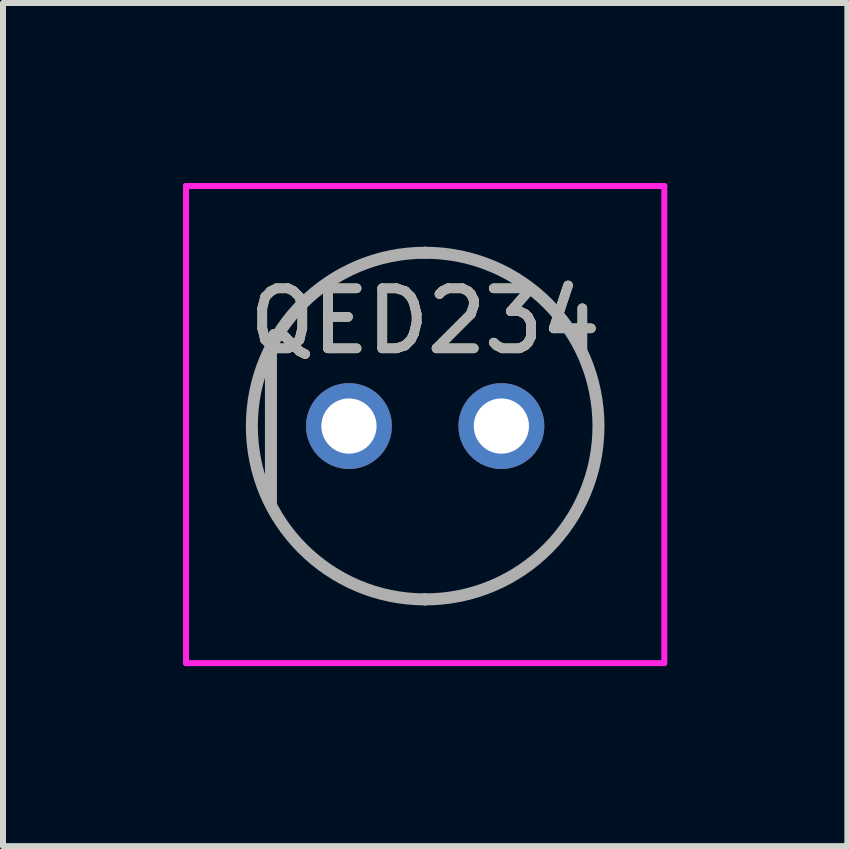
<source format=kicad_pcb>
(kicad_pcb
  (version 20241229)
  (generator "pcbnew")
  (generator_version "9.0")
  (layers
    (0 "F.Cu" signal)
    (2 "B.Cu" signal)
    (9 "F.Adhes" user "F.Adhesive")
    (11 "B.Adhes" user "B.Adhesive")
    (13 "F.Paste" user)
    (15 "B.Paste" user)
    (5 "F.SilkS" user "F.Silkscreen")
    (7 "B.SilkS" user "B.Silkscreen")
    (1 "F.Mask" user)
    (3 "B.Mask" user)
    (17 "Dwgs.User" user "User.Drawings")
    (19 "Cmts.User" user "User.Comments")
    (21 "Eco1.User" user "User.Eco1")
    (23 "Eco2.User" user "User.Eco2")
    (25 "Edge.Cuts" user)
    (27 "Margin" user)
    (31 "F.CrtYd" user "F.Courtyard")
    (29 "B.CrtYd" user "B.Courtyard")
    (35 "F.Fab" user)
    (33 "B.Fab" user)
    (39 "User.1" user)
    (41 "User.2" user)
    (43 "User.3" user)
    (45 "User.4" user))
  (footprint "QED234"
    (layer "F.Cu")
    (at 4.035 4.05)
    (property "Reference" "QED234" (at 0 -1.75 0) (layer "F.SilkS") (effects (font (size 1 1) (thickness 0.16))))
    (attr through_hole)
    (fp_line (start -2.57 -1.3) (end -2.57 1.4) (stroke (width 0.1) (type solid)) (layer "F.SilkS"))
    (fp_line (start 0 -2.888) (end 0 -2.888) (stroke (width 0.1) (type solid)) (layer "F.SilkS"))
    (fp_line (start 0 2.888) (end 0 2.888) (stroke (width 0.1) (type solid)) (layer "F.SilkS"))
    (fp_arc (start 0 -2.888) (mid 2.888 0) (end 0 2.888) (stroke (width 0.1) (type solid)) (layer "F.SilkS"))
    (fp_arc (start 0 2.888) (mid -2.888 0) (end 0 -2.888) (stroke (width 0.1) (type solid)) (layer "F.SilkS"))
    (fp_line (start -3.985 -4) (end 3.985 -4) (stroke (width 0.1) (type solid)) (layer "F.CrtYd"))
    (fp_line (start -3.985 3.95) (end -3.985 -4) (stroke (width 0.1) (type solid)) (layer "F.CrtYd"))
    (fp_line (start 3.985 -4) (end 3.985 3.95) (stroke (width 0.1) (type solid)) (layer "F.CrtYd"))
    (fp_line (start 3.985 3.95) (end -3.985 3.95) (stroke (width 0.1) (type solid)) (layer "F.CrtYd"))
    (fp_line (start -2.57 1.3) (end -2.57 -1.3) (stroke (width 0.2) (type solid)) (layer "F.Fab"))
    (fp_line (start 0 -2.888) (end 0 -2.888) (stroke (width 0.2) (type solid)) (layer "F.Fab"))
    (fp_line (start 0 2.888) (end 0 2.888) (stroke (width 0.2) (type solid)) (layer "F.Fab"))
    (fp_arc (start 0 -2.888) (mid 2.888 0) (end 0 2.888) (stroke (width 0.2) (type solid)) (layer "F.Fab"))
    (fp_arc (start 0 2.888) (mid -2.888 0) (end 0 -2.888) (stroke (width 0.2) (type solid)) (layer "F.Fab"))
    (fp_text user "${REFERENCE}" (at 0 -1.75 0) (layer "F.Fab") (effects (font (size 1 1) (thickness 0.16))))
    (pad "1" thru_hole circle (at -1.27 0) (size 1.431 1.431) (drill 0.92) (layers "*.Cu" "*.Mask"))
    (pad "2" thru_hole circle (at 1.27 0) (size 1.431 1.431) (drill 0.92) (layers "*.Cu" "*.Mask")))
  (gr_rect
    (start -3 -3)
    (end 11.07 11.05)
    (stroke (width 0.1) (type default))
    (fill no)
    (layer "Edge.Cuts")))
</source>
